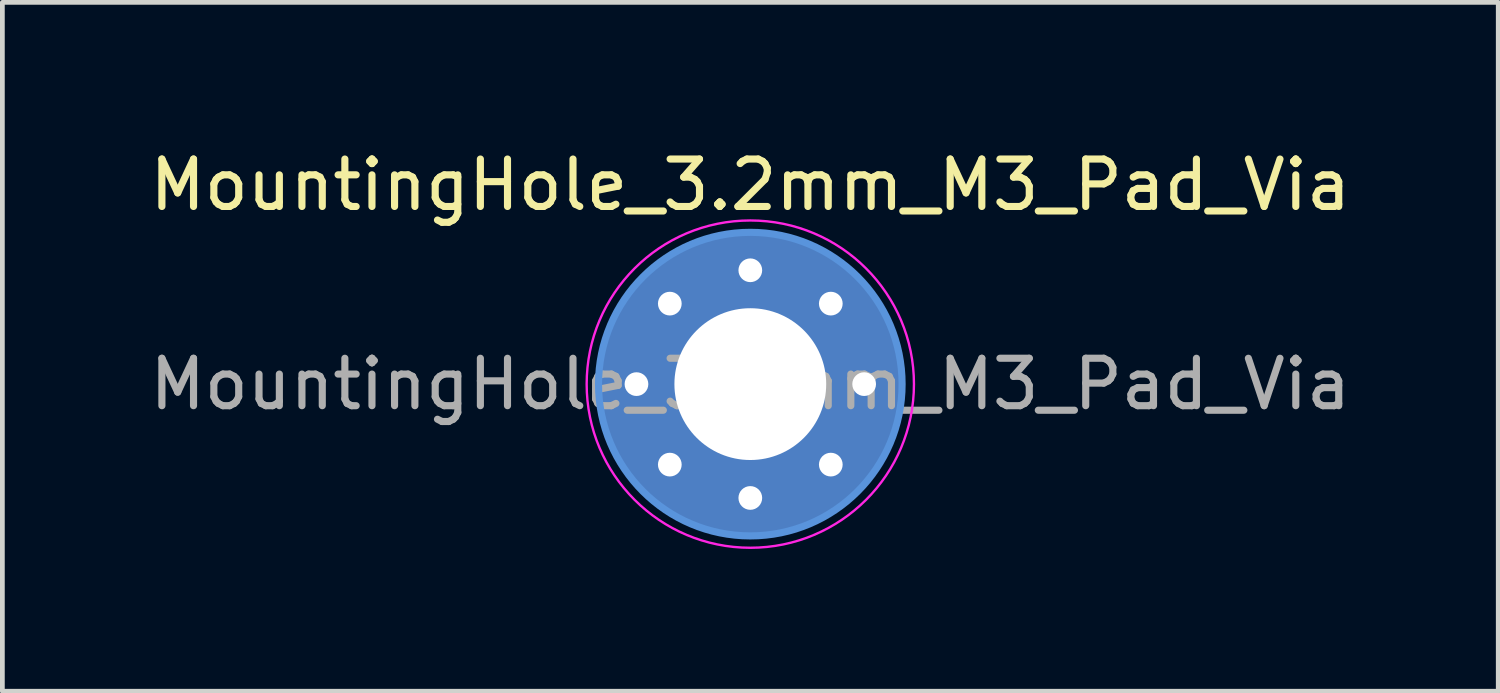
<source format=kicad_pcb>
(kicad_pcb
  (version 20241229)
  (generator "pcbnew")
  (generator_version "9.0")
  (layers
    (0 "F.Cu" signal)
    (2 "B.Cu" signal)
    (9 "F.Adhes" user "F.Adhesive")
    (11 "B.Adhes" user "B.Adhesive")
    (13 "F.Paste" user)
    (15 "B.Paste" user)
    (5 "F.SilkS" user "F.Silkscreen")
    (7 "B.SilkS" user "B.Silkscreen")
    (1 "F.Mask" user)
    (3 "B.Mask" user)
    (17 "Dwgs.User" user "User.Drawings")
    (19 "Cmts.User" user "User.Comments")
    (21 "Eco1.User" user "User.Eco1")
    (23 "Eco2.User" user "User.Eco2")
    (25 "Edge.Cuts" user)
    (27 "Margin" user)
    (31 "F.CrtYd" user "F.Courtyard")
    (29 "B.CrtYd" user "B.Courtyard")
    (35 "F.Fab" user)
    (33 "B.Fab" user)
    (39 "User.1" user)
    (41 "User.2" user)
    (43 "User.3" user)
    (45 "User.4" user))
  (footprint "MountingHole_3.2mm_M3_Pad_Via"
    (layer "F.Cu")
    (at 12.768 5.048)
    (property "Reference" "MountingHole_3.2mm_M3_Pad_Via" (at 0 -4.2 0) (layer "F.SilkS") (effects (font (size 1 1) (thickness 0.15))))
    (attr exclude_from_pos_files)
    (fp_circle (center 0 0) (end 3.2 0) (stroke (width 0.15) (type solid)) (fill no) (layer "Cmts.User"))
    (fp_circle (center 0 0) (end 3.45 0) (stroke (width 0.05) (type solid)) (fill no) (layer "F.CrtYd"))
    (fp_text user "${REFERENCE}" (at 0 0 0) (layer "F.Fab") (effects (font (size 1 1) (thickness 0.15))))
    (pad "1" thru_hole circle (at -2.4 0) (size 0.8 0.8) (drill 0.5) (layers "*.Cu" "*.Mask"))
    (pad "1" thru_hole circle (at -1.697 -1.697) (size 0.8 0.8) (drill 0.5) (layers "*.Cu" "*.Mask"))
    (pad "1" thru_hole circle (at -1.697 1.697) (size 0.8 0.8) (drill 0.5) (layers "*.Cu" "*.Mask"))
    (pad "1" thru_hole circle (at 0 -2.4) (size 0.8 0.8) (drill 0.5) (layers "*.Cu" "*.Mask"))
    (pad "1" thru_hole circle (at 0 0) (size 6.4 6.4) (drill 3.2) (layers "*.Cu" "*.Mask"))
    (pad "1" thru_hole circle (at 0 2.4) (size 0.8 0.8) (drill 0.5) (layers "*.Cu" "*.Mask"))
    (pad "1" thru_hole circle (at 1.697 -1.697) (size 0.8 0.8) (drill 0.5) (layers "*.Cu" "*.Mask"))
    (pad "1" thru_hole circle (at 1.697 1.697) (size 0.8 0.8) (drill 0.5) (layers "*.Cu" "*.Mask"))
    (pad "1" thru_hole circle (at 2.4 0) (size 0.8 0.8) (drill 0.5) (layers "*.Cu" "*.Mask")))
  (gr_rect
    (start -3 -3)
    (end 28.536 11.523)
    (stroke (width 0.1) (type default))
    (fill no)
    (layer "Edge.Cuts")))
</source>
